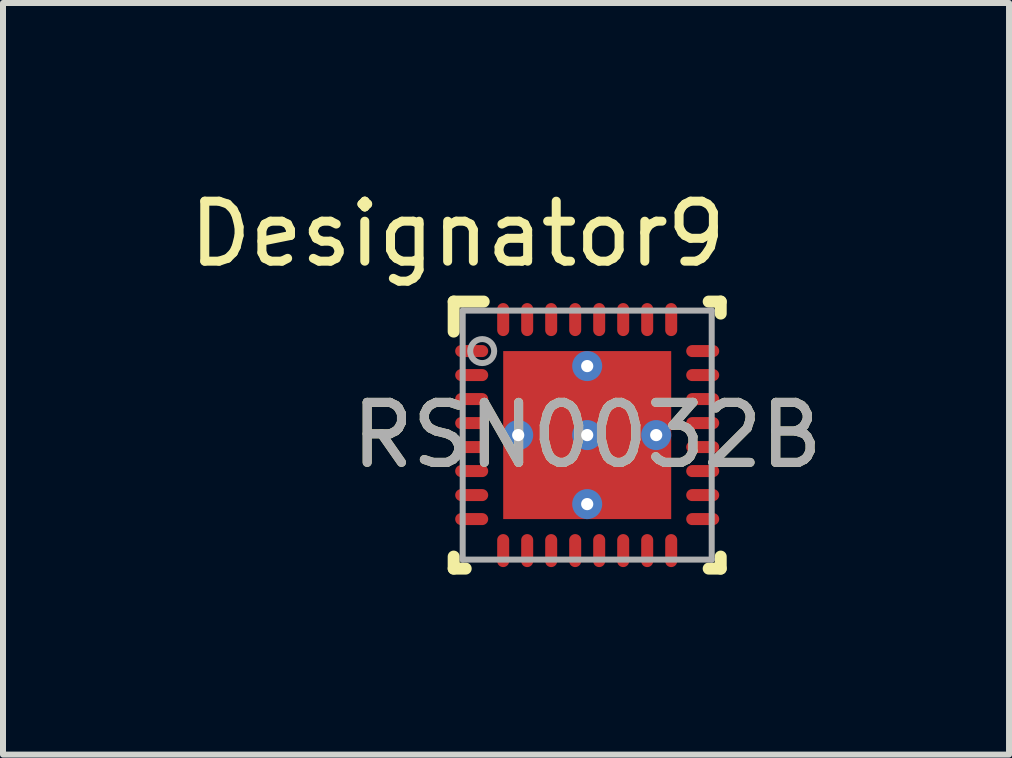
<source format=kicad_pcb>
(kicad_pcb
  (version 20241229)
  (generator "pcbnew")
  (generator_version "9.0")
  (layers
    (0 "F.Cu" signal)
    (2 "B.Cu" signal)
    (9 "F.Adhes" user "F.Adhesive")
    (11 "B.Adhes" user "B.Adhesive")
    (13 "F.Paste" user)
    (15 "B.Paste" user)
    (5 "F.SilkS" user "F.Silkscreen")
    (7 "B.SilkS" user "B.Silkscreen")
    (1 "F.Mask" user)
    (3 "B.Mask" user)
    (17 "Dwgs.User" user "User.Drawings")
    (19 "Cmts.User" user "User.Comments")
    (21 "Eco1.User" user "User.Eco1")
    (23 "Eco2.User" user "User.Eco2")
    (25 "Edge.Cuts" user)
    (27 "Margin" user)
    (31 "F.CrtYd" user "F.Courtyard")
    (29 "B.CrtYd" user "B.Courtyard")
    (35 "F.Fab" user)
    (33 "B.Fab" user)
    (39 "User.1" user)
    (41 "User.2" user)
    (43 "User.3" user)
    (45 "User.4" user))
  (footprint "RSN0032B"
    (layer "F.Cu")
    (at 6.736 4.201)
    (property "Reference" "RSN0032B" (at 0 0 0) (unlocked yes) (layer "F.SilkS") (effects (font (size 1 1) (thickness 0.15))))
    (attr smd)
    (fp_line (start -2.225 2.225) (end -2.225 2.025) (stroke (width 0.2) (type solid)) (layer "F.SilkS"))
    (fp_line (start -2.225 2.225) (end -2.025 2.225) (stroke (width 0.2) (type solid)) (layer "F.SilkS"))
    (fp_line (start -2.225 -2.225) (end -1.725 -2.225) (stroke (width 0.2) (type solid)) (layer "F.SilkS"))
    (fp_line (start -2.225 -1.725) (end -2.225 -2.225) (stroke (width 0.2) (type solid)) (layer "F.SilkS"))
    (fp_line (start 2.025 -2.225) (end 2.225 -2.225) (stroke (width 0.2) (type solid)) (layer "F.SilkS"))
    (fp_line (start 2.025 2.225) (end 2.225 2.225) (stroke (width 0.2) (type solid)) (layer "F.SilkS"))
    (fp_line (start 2.225 -2.025) (end 2.225 -2.225) (stroke (width 0.2) (type solid)) (layer "F.SilkS"))
    (fp_line (start 2.225 2.225) (end 2.225 2.025) (stroke (width 0.2) (type solid)) (layer "F.SilkS"))
    (fp_poly (pts (xy -0.1 -1.37) (xy -1.37 -1.37) (xy -1.37 -0.1) (xy -0.1 -0.1)) (stroke (width 0) (type solid)) (fill yes) (layer "F.Paste"))
    (fp_poly (pts (xy -0.1 0.1) (xy -1.37 0.1) (xy -1.37 1.37) (xy -0.1 1.37)) (stroke (width 0) (type solid)) (fill yes) (layer "F.Paste"))
    (fp_poly (pts (xy 0.1 -0.1) (xy 1.37 -0.1) (xy 1.37 -1.37) (xy 0.1 -1.37)) (stroke (width 0) (type solid)) (fill yes) (layer "F.Paste"))
    (fp_poly (pts (xy 0.1 1.37) (xy 1.37 1.37) (xy 1.37 0.1) (xy 0.1 0.1)) (stroke (width 0) (type solid)) (fill yes) (layer "F.Paste"))
    (fp_line (start -2.075 -2.075) (end 2.075 -2.075) (stroke (width 0.1) (type solid)) (layer "F.Fab"))
    (fp_line (start -2.075 2.075) (end -2.075 -2.075) (stroke (width 0.1) (type solid)) (layer "F.Fab"))
    (fp_line (start -2.075 2.075) (end 2.075 2.075) (stroke (width 0.1) (type solid)) (layer "F.Fab"))
    (fp_line (start 2.075 2.075) (end 2.075 -2.075) (stroke (width 0.1) (type solid)) (layer "F.Fab"))
    (fp_circle (center -1.75 -1.4) (end -1.55 -1.4) (stroke (width 0.1) (type solid)) (fill no) (layer "F.Fab"))
    (fp_text user "Designator9" (at -2.159 -3.353 0) (unlocked yes) (layer "F.SilkS") (effects (font (size 1 1) (thickness 0.15))))
    (fp_text user "${REFERENCE}" (at 0 0 0) (unlocked yes) (layer "F.Fab") (effects (font (size 1 1) (thickness 0.15))))
    (pad "1" smd oval (at -1.925 -1.4 90) (size 0.2 0.55) (layers "F.Cu" "F.Mask" "F.Paste"))
    (pad "2" smd oval (at -1.925 -1 90) (size 0.2 0.55) (layers "F.Cu" "F.Mask" "F.Paste"))
    (pad "3" smd oval (at -1.925 -0.6 90) (size 0.2 0.55) (layers "F.Cu" "F.Mask" "F.Paste"))
    (pad "4" smd oval (at -1.925 -0.2 90) (size 0.2 0.55) (layers "F.Cu" "F.Mask" "F.Paste"))
    (pad "5" smd oval (at -1.925 0.2 90) (size 0.2 0.55) (layers "F.Cu" "F.Mask" "F.Paste"))
    (pad "6" smd oval (at -1.925 0.6 90) (size 0.2 0.55) (layers "F.Cu" "F.Mask" "F.Paste"))
    (pad "7" smd oval (at -1.925 1 90) (size 0.2 0.55) (layers "F.Cu" "F.Mask" "F.Paste"))
    (pad "8" smd oval (at -1.925 1.4 90) (size 0.2 0.55) (layers "F.Cu" "F.Mask" "F.Paste"))
    (pad "9" smd oval (at -1.4 1.925) (size 0.2 0.55) (layers "F.Cu" "F.Mask" "F.Paste"))
    (pad "10" smd oval (at -1 1.925) (size 0.2 0.55) (layers "F.Cu" "F.Mask" "F.Paste"))
    (pad "11" smd oval (at -0.6 1.925) (size 0.2 0.55) (layers "F.Cu" "F.Mask" "F.Paste"))
    (pad "12" smd oval (at -0.2 1.925) (size 0.2 0.55) (layers "F.Cu" "F.Mask" "F.Paste"))
    (pad "13" smd oval (at 0.2 1.925) (size 0.2 0.55) (layers "F.Cu" "F.Mask" "F.Paste"))
    (pad "14" smd oval (at 0.6 1.925) (size 0.2 0.55) (layers "F.Cu" "F.Mask" "F.Paste"))
    (pad "15" smd oval (at 1 1.925) (size 0.2 0.55) (layers "F.Cu" "F.Mask" "F.Paste"))
    (pad "16" smd oval (at 1.4 1.925) (size 0.2 0.55) (layers "F.Cu" "F.Mask" "F.Paste"))
    (pad "17" smd oval (at 1.925 1.4 90) (size 0.2 0.55) (layers "F.Cu" "F.Mask" "F.Paste"))
    (pad "18" smd oval (at 1.925 1 90) (size 0.2 0.55) (layers "F.Cu" "F.Mask" "F.Paste"))
    (pad "19" smd oval (at 1.925 0.6 90) (size 0.2 0.55) (layers "F.Cu" "F.Mask" "F.Paste"))
    (pad "20" smd oval (at 1.925 0.2 90) (size 0.2 0.55) (layers "F.Cu" "F.Mask" "F.Paste"))
    (pad "21" smd oval (at 1.925 -0.2 90) (size 0.2 0.55) (layers "F.Cu" "F.Mask" "F.Paste"))
    (pad "22" smd oval (at 1.925 -0.6 90) (size 0.2 0.55) (layers "F.Cu" "F.Mask" "F.Paste"))
    (pad "23" smd oval (at 1.925 -1 90) (size 0.2 0.55) (layers "F.Cu" "F.Mask" "F.Paste"))
    (pad "24" smd oval (at 1.925 -1.4 90) (size 0.2 0.55) (layers "F.Cu" "F.Mask" "F.Paste"))
    (pad "25" smd oval (at 1.4 -1.925) (size 0.2 0.55) (layers "F.Cu" "F.Mask" "F.Paste"))
    (pad "26" smd oval (at 1 -1.925) (size 0.2 0.55) (layers "F.Cu" "F.Mask" "F.Paste"))
    (pad "27" smd oval (at 0.6 -1.925) (size 0.2 0.55) (layers "F.Cu" "F.Mask" "F.Paste"))
    (pad "28" smd oval (at 0.2 -1.925) (size 0.2 0.55) (layers "F.Cu" "F.Mask" "F.Paste"))
    (pad "29" smd oval (at -0.2 -1.925) (size 0.2 0.55) (layers "F.Cu" "F.Mask" "F.Paste"))
    (pad "30" smd oval (at -0.6 -1.925) (size 0.2 0.55) (layers "F.Cu" "F.Mask" "F.Paste"))
    (pad "31" smd oval (at -1 -1.925) (size 0.2 0.55) (layers "F.Cu" "F.Mask" "F.Paste"))
    (pad "32" smd oval (at -1.4 -1.925) (size 0.2 0.55) (layers "F.Cu" "F.Mask" "F.Paste"))
    (pad "33" smd rect (at 0.000084 -0.000081) (size 2.8 2.8) (layers "F.Cu" "F.Mask"))
    (pad "V" thru_hole circle (at -1.15 0) (size 0.5 0.5) (drill 0.203) (layers "*.Cu" "*.Mask"))
    (pad "V" thru_hole circle (at 0 -1.15) (size 0.5 0.5) (drill 0.203) (layers "*.Cu" "*.Mask"))
    (pad "V" thru_hole circle (at 0 0) (size 0.5 0.5) (drill 0.203) (layers "*.Cu" "*.Mask"))
    (pad "V" thru_hole circle (at 0 1.15) (size 0.5 0.5) (drill 0.203) (layers "*.Cu" "*.Mask"))
    (pad "V" thru_hole circle (at 1.15 0) (size 0.5 0.5) (drill 0.203) (layers "*.Cu" "*.Mask")))
  (gr_rect
    (start -3 -3)
    (end 13.766 9.526)
    (stroke (width 0.1) (type default))
    (fill no)
    (layer "Edge.Cuts")))
</source>
